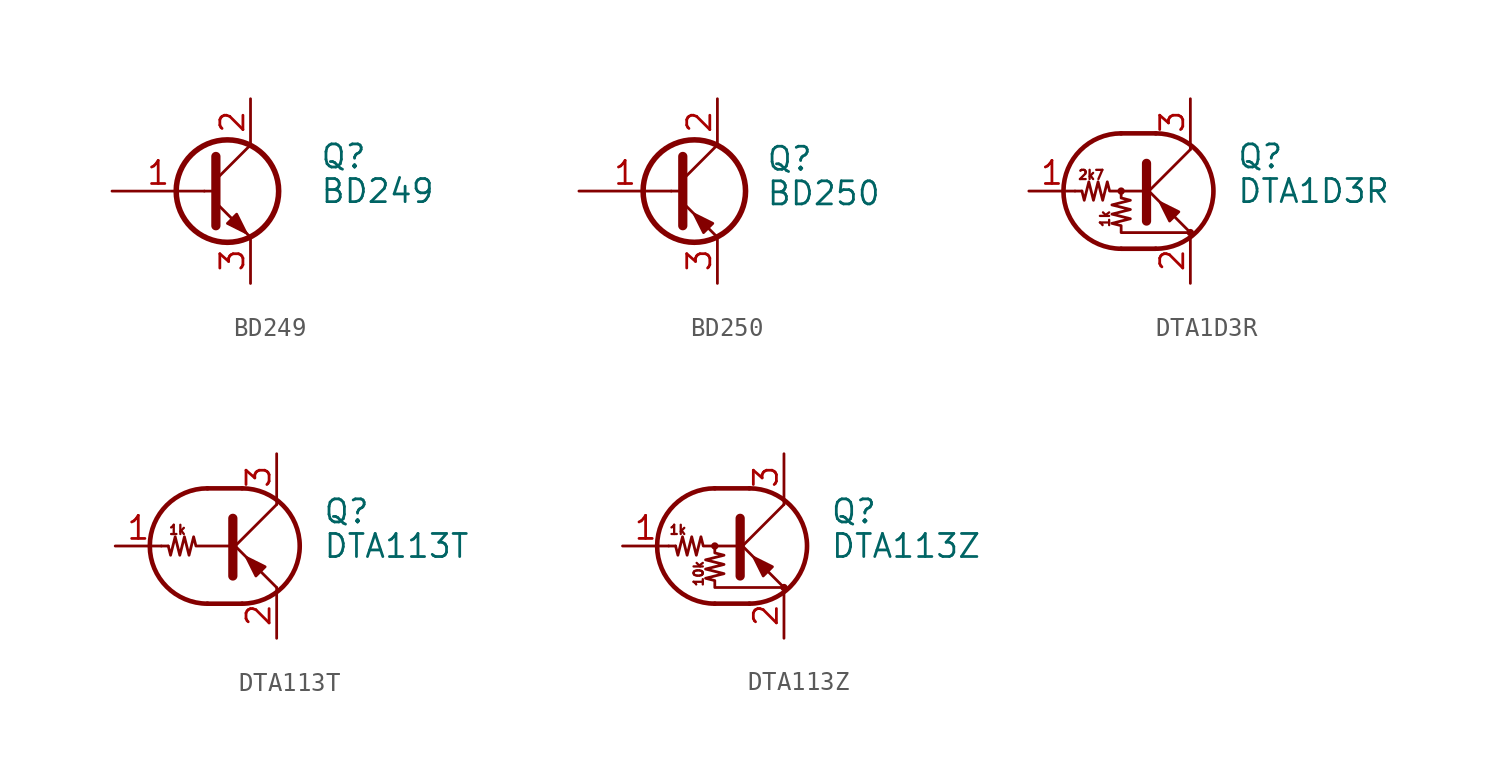
<source format=kicad_sym>
(kicad_symbol_lib
  (version 20200908)
  (generator kicad_symbol_editor)
  (symbol "Transistor_BJT:BD249"
    (pin_names
      (offset 0) hide)
    (property "Reference" "Q"
      (at 6.35 1.905 0)
      (effects (font (size 1.27 1.27)) (justify left)))
    (property "Value" "BD249"
      (at 6.35 0 0)
      (effects (font (size 1.27 1.27)) (justify left)))
    (symbol "BD249_0_1"
      (circle (center 1.27 0) (radius 2.819) (stroke (width 0.305)) (fill (type none)))
      (polyline (pts (xy 0 0) (xy 0.635 0)) (stroke (width 0)) (fill (type none)))
      (polyline (pts (xy 2.54 2.54) (xy 0.635 0.635)) (stroke (width 0)) (fill (type none)))
      (polyline (pts (xy 0.635 1.905) (xy 0.635 -1.905) (xy 0.635 -1.905)) (stroke (width 0.508)) (fill (type none)))
      (polyline (pts (xy 2.286 -2.286) (xy 1.778 -1.778) (xy 1.778 -1.778)) (stroke (width 0)) (fill (type none)))
      (polyline (pts (xy 2.54 -2.54) (xy 0.635 -0.635) (xy 1.27 -1.27)) (stroke (width 0)) (fill (type outline)))
      (polyline (pts (xy 1.27 -1.778) (xy 1.778 -1.27) (xy 2.286 -2.286) (xy 1.27 -1.778) (xy 1.27 -1.778)) (stroke (width 0)) (fill (type outline))))
    (symbol "BD249_1_1"
      (pin input line (at -5.08 0 0) (length 5.08) (name "B" (effects (font (size 1.27 1.27)))) (number "1" (effects (font (size 1.27 1.27)))))
      (pin passive line (at 2.54 5.08 270) (length 2.54) (name "C" (effects (font (size 1.27 1.27)))) (number "2" (effects (font (size 1.27 1.27)))))
      (pin passive line (at 2.54 -5.08 90) (length 2.54) (name "E" (effects (font (size 1.27 1.27)))) (number "3" (effects (font (size 1.27 1.27)))))))
  (symbol "Transistor_BJT:BD250"
    (pin_names
      (offset 0) hide)
    (property "Reference" "Q"
      (at 5.207 1.778 0)
      (effects (font (size 1.27 1.27)) (justify left)))
    (property "Value" "BD250"
      (at 5.207 -0.127 0)
      (effects (font (size 1.27 1.27)) (justify left)))
    (symbol "BD250_0_1"
      (circle (center 1.27 0) (radius 2.819) (stroke (width 0.305)) (fill (type none)))
      (polyline (pts (xy 0 0) (xy 0.635 0)) (stroke (width 0)) (fill (type none)))
      (polyline (pts (xy 2.54 2.54) (xy 0.635 0.635)) (stroke (width 0)) (fill (type none)))
      (polyline (pts (xy 0.635 -0.635) (xy 2.54 -2.54) (xy 2.54 -2.54)) (stroke (width 0)) (fill (type none)))
      (polyline (pts (xy 0.635 1.905) (xy 0.635 -1.905) (xy 0.635 -1.905)) (stroke (width 0.508)) (fill (type none)))
      (polyline (pts (xy 1.778 -2.286) (xy 2.286 -1.778) (xy 1.27 -1.27) (xy 1.778 -2.286) (xy 1.778 -2.286)) (stroke (width 0)) (fill (type outline))))
    (symbol "BD250_1_1"
      (pin input line (at -5.08 0 0) (length 5.08) (name "B" (effects (font (size 1.27 1.27)))) (number "1" (effects (font (size 1.27 1.27)))))
      (pin passive line (at 2.54 5.08 270) (length 2.54) (name "C" (effects (font (size 1.27 1.27)))) (number "2" (effects (font (size 1.27 1.27)))))
      (pin passive line (at 2.54 -5.08 90) (length 2.54) (name "E" (effects (font (size 1.27 1.27)))) (number "3" (effects (font (size 1.27 1.27)))))))
  (symbol "Transistor_BJT:DTA1D3R"
    (pin_names
      (offset 0) hide)
    (property "Reference" "Q"
      (at 5.08 1.905 0)
      (effects (font (size 1.27 1.27)) (justify left)))
    (property "Value" "DTA1D3R"
      (at 5.08 0 0)
      (effects (font (size 1.27 1.27)) (justify left)))
    (symbol "DTA1D3R_0_1"
      (arc (start -1.27 3.175) (end -1.27 -3.175) (radius (at -1.27 0) (length 3.175) (angles 90.1 -90.1)) (stroke (width 0.254)) (fill (type none)))
      (arc (start 0.635 -3.175) (end 0.635 3.175) (radius (at 0.635 0) (length 3.175) (angles -89.9 89.9)) (stroke (width 0.254)) (fill (type none)))
      (circle (center -1.27 0) (radius 0.127) (stroke (width 0)) (fill (type none)))
      (circle (center 2.54 -2.286) (radius 0.127) (stroke (width 0)) (fill (type none)))
      (polyline (pts (xy -3.429 0) (xy -3.81 0)) (stroke (width 0)) (fill (type none)))
      (polyline (pts (xy -1.27 -3.175) (xy 0.635 -3.175)) (stroke (width 0.254)) (fill (type none)))
      (polyline (pts (xy -1.27 3.175) (xy 0.635 3.175)) (stroke (width 0.254)) (fill (type none)))
      (polyline (pts (xy 0 -0.254) (xy 2.54 2.286)) (stroke (width 0)) (fill (type none)))
      (polyline (pts (xy 0.127 1.524) (xy 0.127 -1.651)) (stroke (width 0.508)) (fill (type outline)))
      (polyline (pts (xy 2.54 2.286) (xy 2.54 2.54)) (stroke (width 0)) (fill (type none)))
      (polyline (pts (xy 2.54 -2.286) (xy 0 0.254) (xy 0 0.254)) (stroke (width 0)) (fill (type none)))
      (polyline (pts (xy 1.397 -1.651) (xy 1.905 -1.143) (xy 0.889 -0.635) (xy 1.397 -1.651)) (stroke (width 0)) (fill (type outline)))
      (polyline (pts (xy 0 0) (xy -1.905 0) (xy -2.032 0.508) (xy -2.286 -0.508) (xy -2.54 0.508) (xy -2.794 -0.508) (xy -3.048 0.508) (xy -3.302 -0.508) (xy -3.429 0)) (stroke (width 0)) (fill (type none)))
      (polyline (pts (xy -1.27 0) (xy -1.27 -0.381) (xy -0.762 -0.508) (xy -1.778 -0.762) (xy -0.762 -1.016) (xy -1.778 -1.27) (xy -0.762 -1.524) (xy -1.778 -1.778) (xy -1.27 -1.905) (xy -1.27 -2.286) (xy 2.54 -2.286)) (stroke (width 0)) (fill (type none))))
    (symbol "DTA1D3R_0_0"
      (text "1k" (at -2.159 -1.524 900) (effects (font (size 0.508 0.508))))
      (text "2k7" (at -2.921 0.889 0) (effects (font (size 0.508 0.508)))))
    (symbol "DTA1D3R_1_1"
      (pin input line (at -6.35 0 0) (length 2.54) (name "B" (effects (font (size 1.27 1.27)))) (number "1" (effects (font (size 1.27 1.27)))))
      (pin passive line (at 2.54 -5.08 90) (length 2.54) (name "E" (effects (font (size 1.27 1.27)))) (number "2" (effects (font (size 1.27 1.27)))))
      (pin passive line (at 2.54 5.08 270) (length 2.54) (name "C" (effects (font (size 1.27 1.27)))) (number "3" (effects (font (size 1.27 1.27)))))))
  (symbol "Transistor_BJT:DTA113T"
    (pin_names
      (offset 0) hide)
    (property "Reference" "Q"
      (at 5.08 1.905 0)
      (effects (font (size 1.27 1.27)) (justify left)))
    (property "Value" "DTA113T"
      (at 5.08 0 0)
      (effects (font (size 1.27 1.27)) (justify left)))
    (symbol "DTA113T_0_1"
      (arc (start -1.27 3.175) (end -1.27 -3.175) (radius (at -1.27 0) (length 3.175) (angles 90.1 -90.1)) (stroke (width 0.254)) (fill (type none)))
      (arc (start 0.635 -3.175) (end 0.635 3.175) (radius (at 0.635 0) (length 3.175) (angles -89.9 89.9)) (stroke (width 0.254)) (fill (type none)))
      (polyline (pts (xy -3.429 0) (xy -3.81 0)) (stroke (width 0)) (fill (type none)))
      (polyline (pts (xy -1.27 -3.175) (xy 0.635 -3.175)) (stroke (width 0.254)) (fill (type none)))
      (polyline (pts (xy -1.27 3.175) (xy 0.635 3.175)) (stroke (width 0.254)) (fill (type none)))
      (polyline (pts (xy 0 -0.254) (xy 2.54 2.286)) (stroke (width 0)) (fill (type none)))
      (polyline (pts (xy 0.127 1.524) (xy 0.127 -1.651)) (stroke (width 0.508)) (fill (type outline)))
      (polyline (pts (xy 2.54 2.286) (xy 2.54 2.54)) (stroke (width 0)) (fill (type none)))
      (polyline (pts (xy 2.54 -2.286) (xy 0 0.254) (xy 0 0.254)) (stroke (width 0)) (fill (type none)))
      (polyline (pts (xy 1.397 -1.651) (xy 1.905 -1.143) (xy 0.889 -0.635) (xy 1.397 -1.651)) (stroke (width 0)) (fill (type outline)))
      (polyline (pts (xy 0 0) (xy -1.905 0) (xy -2.032 0.508) (xy -2.286 -0.508) (xy -2.54 0.508) (xy -2.794 -0.508) (xy -3.048 0.508) (xy -3.302 -0.508) (xy -3.429 0)) (stroke (width 0)) (fill (type none))))
    (symbol "DTA113T_0_0"
      (text "1k" (at -2.921 0.889 0) (effects (font (size 0.508 0.508))))
      (polyline (pts (xy 2.54 -2.286) (xy 2.54 -2.54)) (stroke (width 0)) (fill (type none))))
    (symbol "DTA113T_1_1"
      (pin input line (at -6.35 0 0) (length 2.54) (name "B" (effects (font (size 1.27 1.27)))) (number "1" (effects (font (size 1.27 1.27)))))
      (pin passive line (at 2.54 -5.08 90) (length 2.54) (name "E" (effects (font (size 1.27 1.27)))) (number "2" (effects (font (size 1.27 1.27)))))
      (pin passive line (at 2.54 5.08 270) (length 2.54) (name "C" (effects (font (size 1.27 1.27)))) (number "3" (effects (font (size 1.27 1.27)))))))
  (symbol "Transistor_BJT:DTA113Z"
    (pin_names
      (offset 0) hide)
    (property "Reference" "Q"
      (at 5.08 1.905 0)
      (effects (font (size 1.27 1.27)) (justify left)))
    (property "Value" "DTA113Z"
      (at 5.08 0 0)
      (effects (font (size 1.27 1.27)) (justify left)))
    (symbol "DTA113Z_0_1"
      (arc (start -1.27 3.175) (end -1.27 -3.175) (radius (at -1.27 0) (length 3.175) (angles 90.1 -90.1)) (stroke (width 0.254)) (fill (type none)))
      (arc (start 0.635 -3.175) (end 0.635 3.175) (radius (at 0.635 0) (length 3.175) (angles -89.9 89.9)) (stroke (width 0.254)) (fill (type none)))
      (circle (center -1.27 0) (radius 0.127) (stroke (width 0)) (fill (type none)))
      (circle (center 2.54 -2.286) (radius 0.127) (stroke (width 0)) (fill (type none)))
      (polyline (pts (xy -3.429 0) (xy -3.81 0)) (stroke (width 0)) (fill (type none)))
      (polyline (pts (xy -1.27 -3.175) (xy 0.635 -3.175)) (stroke (width 0.254)) (fill (type none)))
      (polyline (pts (xy -1.27 3.175) (xy 0.635 3.175)) (stroke (width 0.254)) (fill (type none)))
      (polyline (pts (xy 0 -0.254) (xy 2.54 2.286)) (stroke (width 0)) (fill (type none)))
      (polyline (pts (xy 0.127 1.524) (xy 0.127 -1.651)) (stroke (width 0.508)) (fill (type outline)))
      (polyline (pts (xy 2.54 2.286) (xy 2.54 2.54)) (stroke (width 0)) (fill (type none)))
      (polyline (pts (xy 2.54 -2.286) (xy 0 0.254) (xy 0 0.254)) (stroke (width 0)) (fill (type none)))
      (polyline (pts (xy 1.397 -1.651) (xy 1.905 -1.143) (xy 0.889 -0.635) (xy 1.397 -1.651)) (stroke (width 0)) (fill (type outline)))
      (polyline (pts (xy 0 0) (xy -1.905 0) (xy -2.032 0.508) (xy -2.286 -0.508) (xy -2.54 0.508) (xy -2.794 -0.508) (xy -3.048 0.508) (xy -3.302 -0.508) (xy -3.429 0)) (stroke (width 0)) (fill (type none)))
      (polyline (pts (xy -1.27 0) (xy -1.27 -0.381) (xy -0.762 -0.508) (xy -1.778 -0.762) (xy -0.762 -1.016) (xy -1.778 -1.27) (xy -0.762 -1.524) (xy -1.778 -1.778) (xy -1.27 -1.905) (xy -1.27 -2.286) (xy 2.54 -2.286)) (stroke (width 0)) (fill (type none))))
    (symbol "DTA113Z_0_0"
      (text "10k" (at -2.159 -1.524 900) (effects (font (size 0.508 0.508))))
      (text "1k" (at -3.302 0.889 0) (effects (font (size 0.508 0.508)))))
    (symbol "DTA113Z_1_1"
      (pin input line (at -6.35 0 0) (length 2.54) (name "B" (effects (font (size 1.27 1.27)))) (number "1" (effects (font (size 1.27 1.27)))))
      (pin passive line (at 2.54 -5.08 90) (length 2.54) (name "E" (effects (font (size 1.27 1.27)))) (number "2" (effects (font (size 1.27 1.27)))))
      (pin passive line (at 2.54 5.08 270) (length 2.54) (name "C" (effects (font (size 1.27 1.27)))) (number "3" (effects (font (size 1.27 1.27))))))))
</source>
